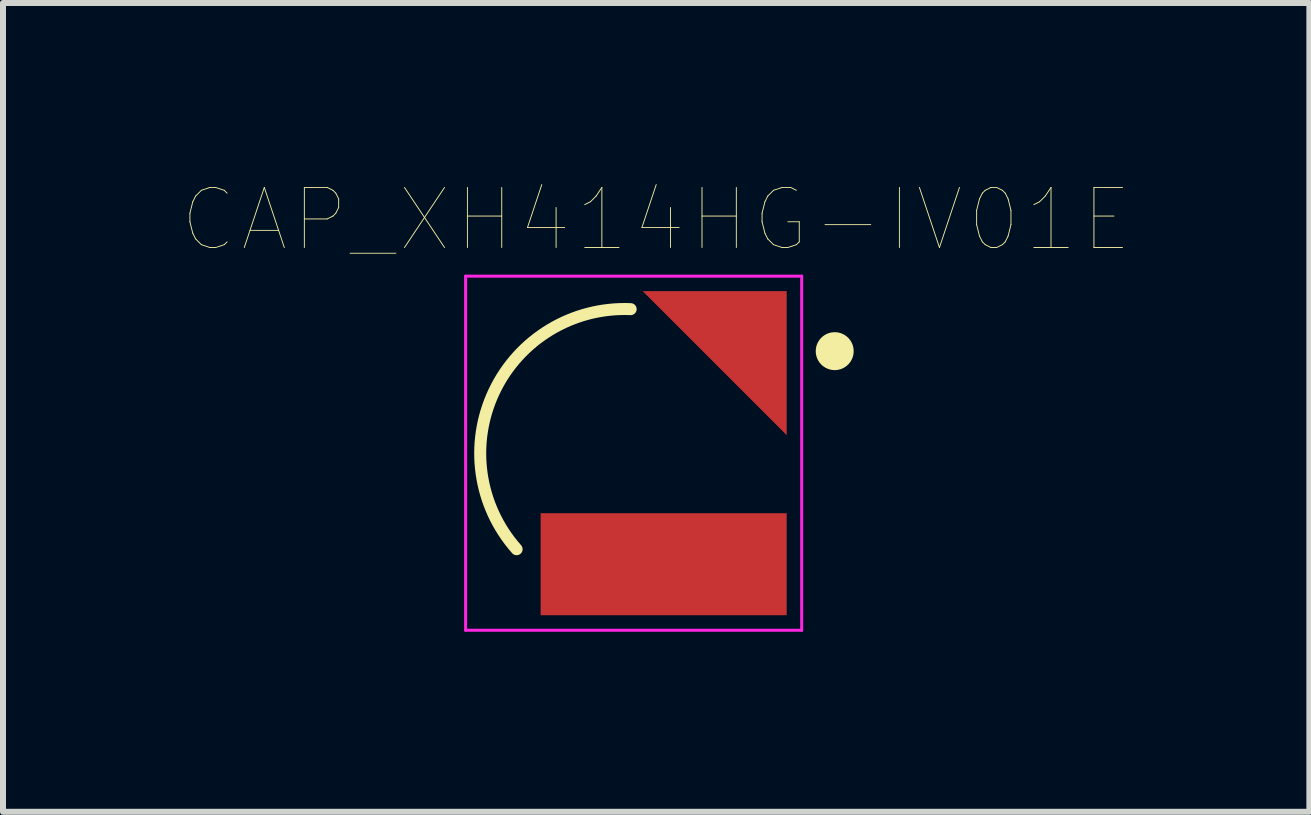
<source format=kicad_pcb>
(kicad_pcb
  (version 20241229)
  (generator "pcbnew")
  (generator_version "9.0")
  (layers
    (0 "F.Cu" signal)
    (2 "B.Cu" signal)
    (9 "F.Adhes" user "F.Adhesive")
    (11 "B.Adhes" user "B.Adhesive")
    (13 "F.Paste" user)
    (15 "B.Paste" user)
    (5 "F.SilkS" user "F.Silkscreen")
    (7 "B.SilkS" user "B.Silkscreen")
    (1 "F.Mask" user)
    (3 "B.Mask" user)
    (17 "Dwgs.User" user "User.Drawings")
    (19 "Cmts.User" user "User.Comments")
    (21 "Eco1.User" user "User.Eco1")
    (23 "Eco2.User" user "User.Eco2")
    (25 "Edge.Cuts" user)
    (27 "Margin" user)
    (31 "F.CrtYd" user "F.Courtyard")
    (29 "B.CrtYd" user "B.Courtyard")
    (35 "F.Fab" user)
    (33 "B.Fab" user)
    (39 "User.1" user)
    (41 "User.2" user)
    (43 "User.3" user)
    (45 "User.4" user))
  (footprint "CAP_XH414HG-IV01E"
    (layer "F.Cu")
    (at 7.358 4.501)
    (property "Reference" "CAP_XH414HG-IV01E" (at 0.526 -3.889 0) (layer "F.SilkS") (effects (font (size 1.001 1.001) (thickness 0.015))))
    (attr through_hole)
    (fp_poly (pts (xy 0.3 -2.7) (xy 2.7 -2.7) (xy 2.7 -0.3)) (stroke (width 0) (type solid)) (fill yes) (layer "F.Cu"))
    (fp_poly (pts (xy 0.1 -2.8) (xy 2.8 -2.8) (xy 2.8 -0.1)) (stroke (width 0) (type solid)) (fill yes) (layer "F.Mask"))
    (fp_arc (start -1.8 1.6) (mid -2.17401 -1.028904) (end 0.099999 -2.4) (stroke (width 0.2) (type solid)) (layer "F.SilkS"))
    (fp_circle (center 3.5 -1.7) (end 3.816 -1.7) (stroke (width 0) (type solid)) (fill yes) (layer "F.SilkS"))
    (fp_poly (pts (xy 0.3 -2.7) (xy 2.7 -2.7) (xy 2.7 -0.3)) (stroke (width 0) (type solid)) (fill yes) (layer "F.Paste"))
    (fp_line (start -2.65 -2.95) (end 2.95 -2.95) (stroke (width 0.05) (type solid)) (layer "F.CrtYd"))
    (fp_line (start -2.65 2.95) (end -2.65 -2.95) (stroke (width 0.05) (type solid)) (layer "F.CrtYd"))
    (fp_line (start 2.95 -2.95) (end 2.95 2.95) (stroke (width 0.05) (type solid)) (layer "F.CrtYd"))
    (fp_line (start 2.95 2.95) (end -2.65 2.95) (stroke (width 0.05) (type solid)) (layer "F.CrtYd"))
    (pad "1" smd rect (at 2.1 -2.1) (size 1 1) (layers "F.Cu" "F.Mask" "F.Paste"))
    (pad "2" smd rect (at 0.65 1.85) (size 4.1 1.7) (layers "F.Cu" "F.Mask" "F.Paste")))
  (gr_rect
    (start -3 -3)
    (end 18.767 10.476)
    (stroke (width 0.1) (type default))
    (fill no)
    (layer "Edge.Cuts")))
</source>
